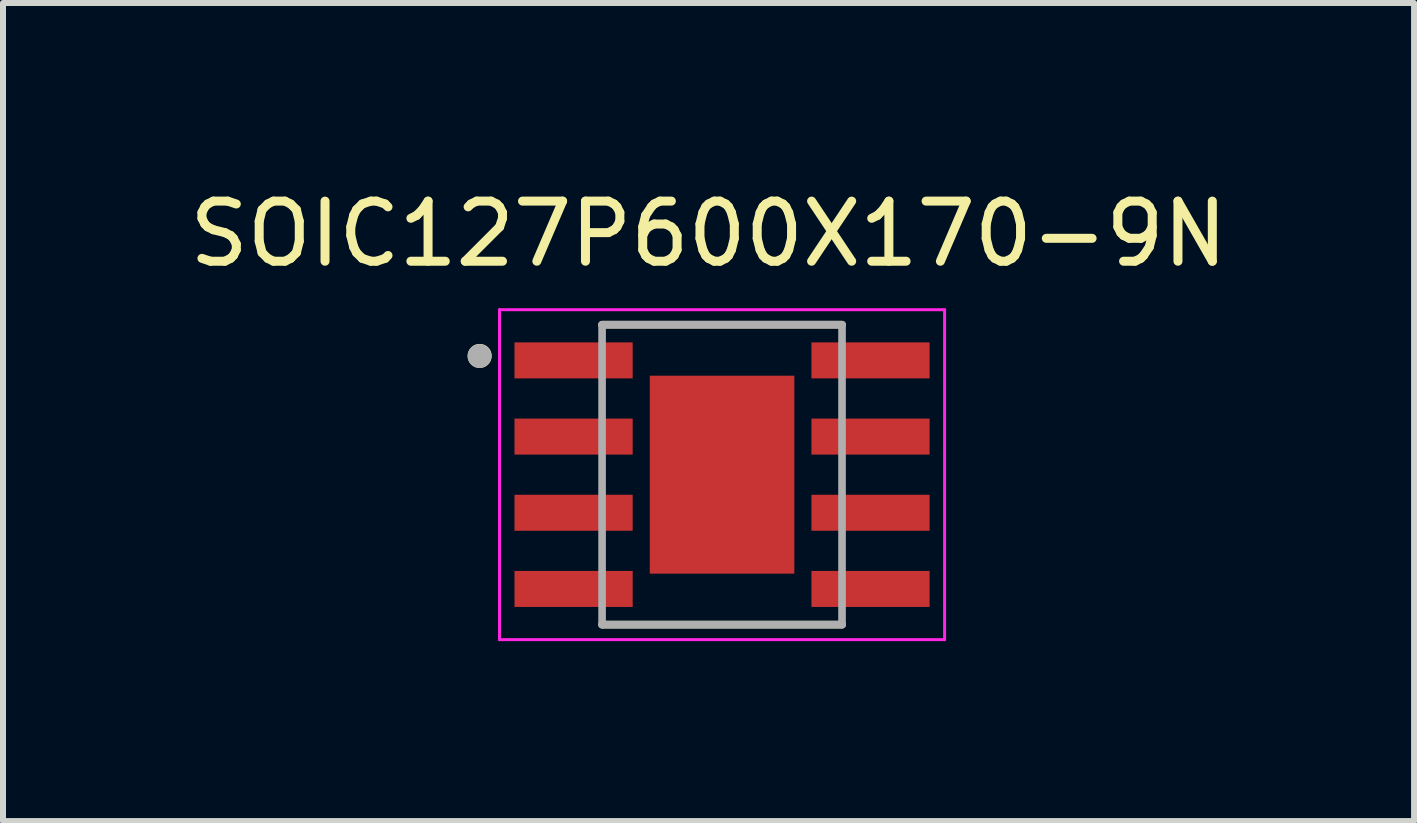
<source format=kicad_pcb>
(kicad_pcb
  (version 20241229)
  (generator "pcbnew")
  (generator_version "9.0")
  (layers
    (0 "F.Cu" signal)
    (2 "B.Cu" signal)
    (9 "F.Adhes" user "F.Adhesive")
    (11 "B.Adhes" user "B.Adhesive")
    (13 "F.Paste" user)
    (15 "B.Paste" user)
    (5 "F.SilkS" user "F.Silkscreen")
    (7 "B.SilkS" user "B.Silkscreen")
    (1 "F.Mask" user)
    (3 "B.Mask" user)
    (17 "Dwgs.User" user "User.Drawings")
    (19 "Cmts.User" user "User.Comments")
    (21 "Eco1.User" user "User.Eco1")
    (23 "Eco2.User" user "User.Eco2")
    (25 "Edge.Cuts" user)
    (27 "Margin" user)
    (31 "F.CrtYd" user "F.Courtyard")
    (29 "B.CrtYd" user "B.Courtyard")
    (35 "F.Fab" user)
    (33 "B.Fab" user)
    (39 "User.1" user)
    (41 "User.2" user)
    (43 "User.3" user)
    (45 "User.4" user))
  (footprint "SOIC127P600X170-9N"
    (layer "F.Cu")
    (at 8.987 4.863)
    (property "Reference" "SOIC127P600X170-9N" (at -0.225 -4.014 0) (layer "F.SilkS") (effects (font (size 1.002 1.002) (thickness 0.15))))
    (attr smd)
    (fp_line (start -2 2.5) (end 2 2.5) (stroke (width 0.127) (type solid)) (layer "F.SilkS"))
    (fp_line (start 2 -2.5) (end -2 -2.5) (stroke (width 0.127) (type solid)) (layer "F.SilkS"))
    (fp_circle (center -4.04 -1.98) (end -3.94 -1.98) (stroke (width 0.2) (type solid)) (fill no) (layer "F.SilkS"))
    (fp_poly (pts (xy -0.763 -1.04) (xy 0.762 -1.04) (xy 0.762 1.042) (xy -0.763 1.042)) (stroke (width 0.01) (type solid)) (fill yes) (layer "F.Paste"))
    (fp_line (start -3.71 -2.75) (end 3.71 -2.75) (stroke (width 0.05) (type solid)) (layer "F.CrtYd"))
    (fp_line (start -3.71 2.75) (end -3.71 -2.75) (stroke (width 0.05) (type solid)) (layer "F.CrtYd"))
    (fp_line (start 3.71 -2.75) (end 3.71 2.75) (stroke (width 0.05) (type solid)) (layer "F.CrtYd"))
    (fp_line (start 3.71 2.75) (end -3.71 2.75) (stroke (width 0.05) (type solid)) (layer "F.CrtYd"))
    (fp_line (start -2 -2.5) (end 2 -2.5) (stroke (width 0.127) (type solid)) (layer "F.Fab"))
    (fp_line (start -2 2.5) (end -2 -2.5) (stroke (width 0.127) (type solid)) (layer "F.Fab"))
    (fp_line (start 2 -2.5) (end 2 2.5) (stroke (width 0.127) (type solid)) (layer "F.Fab"))
    (fp_line (start 2 2.5) (end -2 2.5) (stroke (width 0.127) (type solid)) (layer "F.Fab"))
    (fp_circle (center -4.044 -1.977) (end -3.944 -1.977) (stroke (width 0.2) (type solid)) (fill no) (layer "F.Fab"))
    (pad "1" smd rect (at -2.475 -1.905) (size 1.97 0.6) (layers "F.Cu" "F.Mask" "F.Paste"))
    (pad "2" smd rect (at -2.475 -0.635) (size 1.97 0.6) (layers "F.Cu" "F.Mask" "F.Paste"))
    (pad "3" smd rect (at -2.475 0.635) (size 1.97 0.6) (layers "F.Cu" "F.Mask" "F.Paste"))
    (pad "4" smd rect (at -2.475 1.905) (size 1.97 0.6) (layers "F.Cu" "F.Mask" "F.Paste"))
    (pad "5" smd rect (at 2.475 1.905) (size 1.97 0.6) (layers "F.Cu" "F.Mask" "F.Paste"))
    (pad "6" smd rect (at 2.475 0.635) (size 1.97 0.6) (layers "F.Cu" "F.Mask" "F.Paste"))
    (pad "7" smd rect (at 2.475 -0.635) (size 1.97 0.6) (layers "F.Cu" "F.Mask" "F.Paste"))
    (pad "8" smd rect (at 2.475 -1.905) (size 1.97 0.6) (layers "F.Cu" "F.Mask" "F.Paste"))
    (pad "9" smd rect (at 0 0) (size 2.41 3.3) (layers "F.Cu" "F.Mask")))
  (gr_rect
    (start -3 -3)
    (end 20.523 10.638)
    (stroke (width 0.1) (type default))
    (fill no)
    (layer "Edge.Cuts")))
</source>
